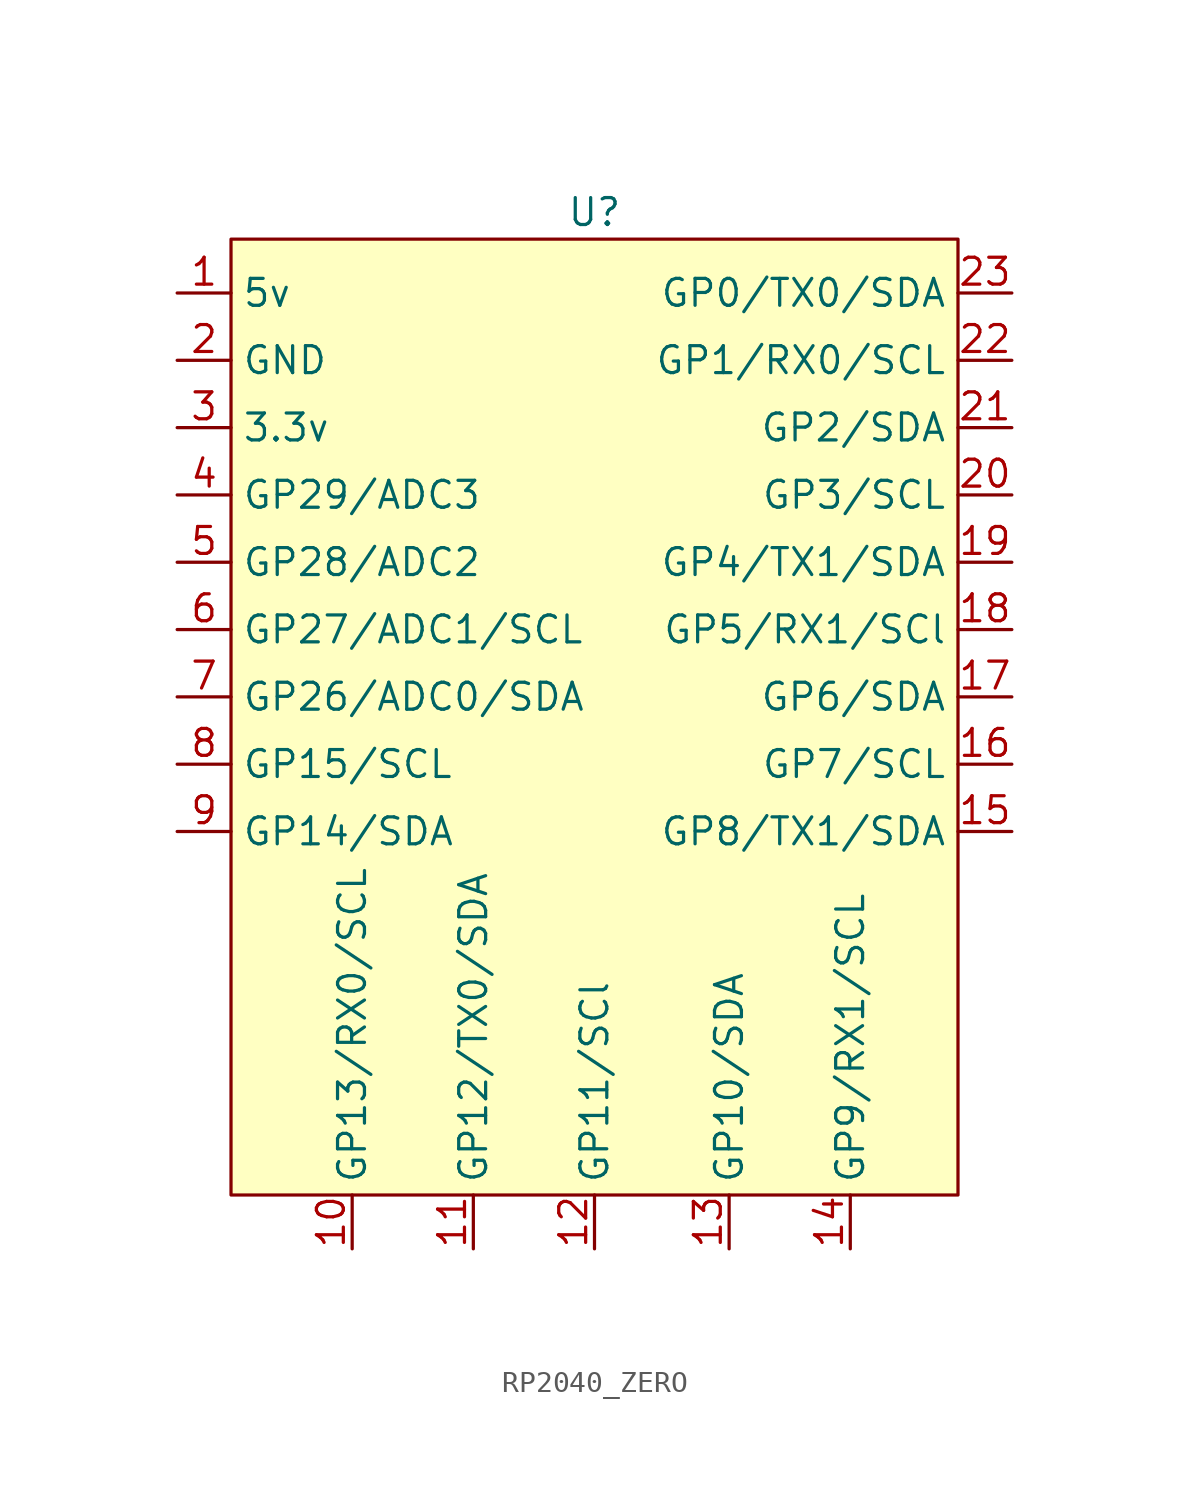
<source format=kicad_sym>
(kicad_symbol_lib
  (version 20220914)
  (generator kicad_symbol_editor)
  (symbol "RP2040_ZERO"
    (property "Reference" "U"
      (at 0 1.27 0)
      (effects (font (size 1.27 1.27))))
    (property "Value" ""
      (at -10.16 0 0)
      (effects (font (size 1.27 1.27))))
    (symbol "RP2040_ZERO_1_1"
      (rectangle (start -17.145 0) (end 17.145 -45.085) (stroke (width 0) (type default)) (fill (type background)))
      (pin power_in line (at -19.685 -2.54 0) (length 2.54) (name "5v" (effects (font (size 1.27 1.27)))) (number "1" (effects (font (size 1.27 1.27)))))
      (pin bidirectional line (at -11.43 -47.625 90) (length 2.54) (name "GP13/RX0/SCL" (effects (font (size 1.27 1.27)))) (number "10" (effects (font (size 1.27 1.27)))))
      (pin bidirectional line (at -5.715 -47.625 90) (length 2.54) (name "GP12/TX0/SDA" (effects (font (size 1.27 1.27)))) (number "11" (effects (font (size 1.27 1.27)))))
      (pin bidirectional line (at 0 -47.625 90) (length 2.54) (name "GP11/SCl" (effects (font (size 1.27 1.27)))) (number "12" (effects (font (size 1.27 1.27)))))
      (pin bidirectional line (at 6.35 -47.625 90) (length 2.54) (name "GP10/SDA" (effects (font (size 1.27 1.27)))) (number "13" (effects (font (size 1.27 1.27)))))
      (pin bidirectional line (at 12.065 -47.625 90) (length 2.54) (name "GP9/RX1/SCL" (effects (font (size 1.27 1.27)))) (number "14" (effects (font (size 1.27 1.27)))))
      (pin bidirectional line (at 19.685 -27.94 180) (length 2.54) (name "GP8/TX1/SDA" (effects (font (size 1.27 1.27)))) (number "15" (effects (font (size 1.27 1.27)))))
      (pin bidirectional line (at 19.685 -24.765 180) (length 2.54) (name "GP7/SCL" (effects (font (size 1.27 1.27)))) (number "16" (effects (font (size 1.27 1.27)))))
      (pin bidirectional line (at 19.685 -21.59 180) (length 2.54) (name "GP6/SDA" (effects (font (size 1.27 1.27)))) (number "17" (effects (font (size 1.27 1.27)))))
      (pin bidirectional line (at 19.685 -18.415 180) (length 2.54) (name "GP5/RX1/SCl" (effects (font (size 1.27 1.27)))) (number "18" (effects (font (size 1.27 1.27)))))
      (pin bidirectional line (at 19.685 -15.24 180) (length 2.54) (name "GP4/TX1/SDA" (effects (font (size 1.27 1.27)))) (number "19" (effects (font (size 1.27 1.27)))))
      (pin power_in line (at -19.685 -5.715 0) (length 2.54) (name "GND" (effects (font (size 1.27 1.27)))) (number "2" (effects (font (size 1.27 1.27)))))
      (pin bidirectional line (at 19.685 -12.065 180) (length 2.54) (name "GP3/SCL" (effects (font (size 1.27 1.27)))) (number "20" (effects (font (size 1.27 1.27)))))
      (pin bidirectional line (at 19.685 -8.89 180) (length 2.54) (name "GP2/SDA" (effects (font (size 1.27 1.27)))) (number "21" (effects (font (size 1.27 1.27)))))
      (pin bidirectional line (at 19.685 -5.715 180) (length 2.54) (name "GP1/RX0/SCL" (effects (font (size 1.27 1.27)))) (number "22" (effects (font (size 1.27 1.27)))))
      (pin bidirectional line (at 19.685 -2.54 180) (length 2.54) (name "GP0/TX0/SDA" (effects (font (size 1.27 1.27)))) (number "23" (effects (font (size 1.27 1.27)))))
      (pin power_in line (at -19.685 -8.89 0) (length 2.54) (name "3.3v" (effects (font (size 1.27 1.27)))) (number "3" (effects (font (size 1.27 1.27)))))
      (pin bidirectional line (at -19.685 -12.065 0) (length 2.54) (name "GP29/ADC3" (effects (font (size 1.27 1.27)))) (number "4" (effects (font (size 1.27 1.27)))))
      (pin bidirectional line (at -19.685 -15.24 0) (length 2.54) (name "GP28/ADC2" (effects (font (size 1.27 1.27)))) (number "5" (effects (font (size 1.27 1.27)))))
      (pin bidirectional line (at -19.685 -18.415 0) (length 2.54) (name "GP27/ADC1/SCL" (effects (font (size 1.27 1.27)))) (number "6" (effects (font (size 1.27 1.27)))))
      (pin bidirectional line (at -19.685 -21.59 0) (length 2.54) (name "GP26/ADC0/SDA" (effects (font (size 1.27 1.27)))) (number "7" (effects (font (size 1.27 1.27)))))
      (pin bidirectional line (at -19.685 -24.765 0) (length 2.54) (name "GP15/SCL" (effects (font (size 1.27 1.27)))) (number "8" (effects (font (size 1.27 1.27)))))
      (pin bidirectional line (at -19.685 -27.94 0) (length 2.54) (name "GP14/SDA" (effects (font (size 1.27 1.27)))) (number "9" (effects (font (size 1.27 1.27))))))))
</source>
